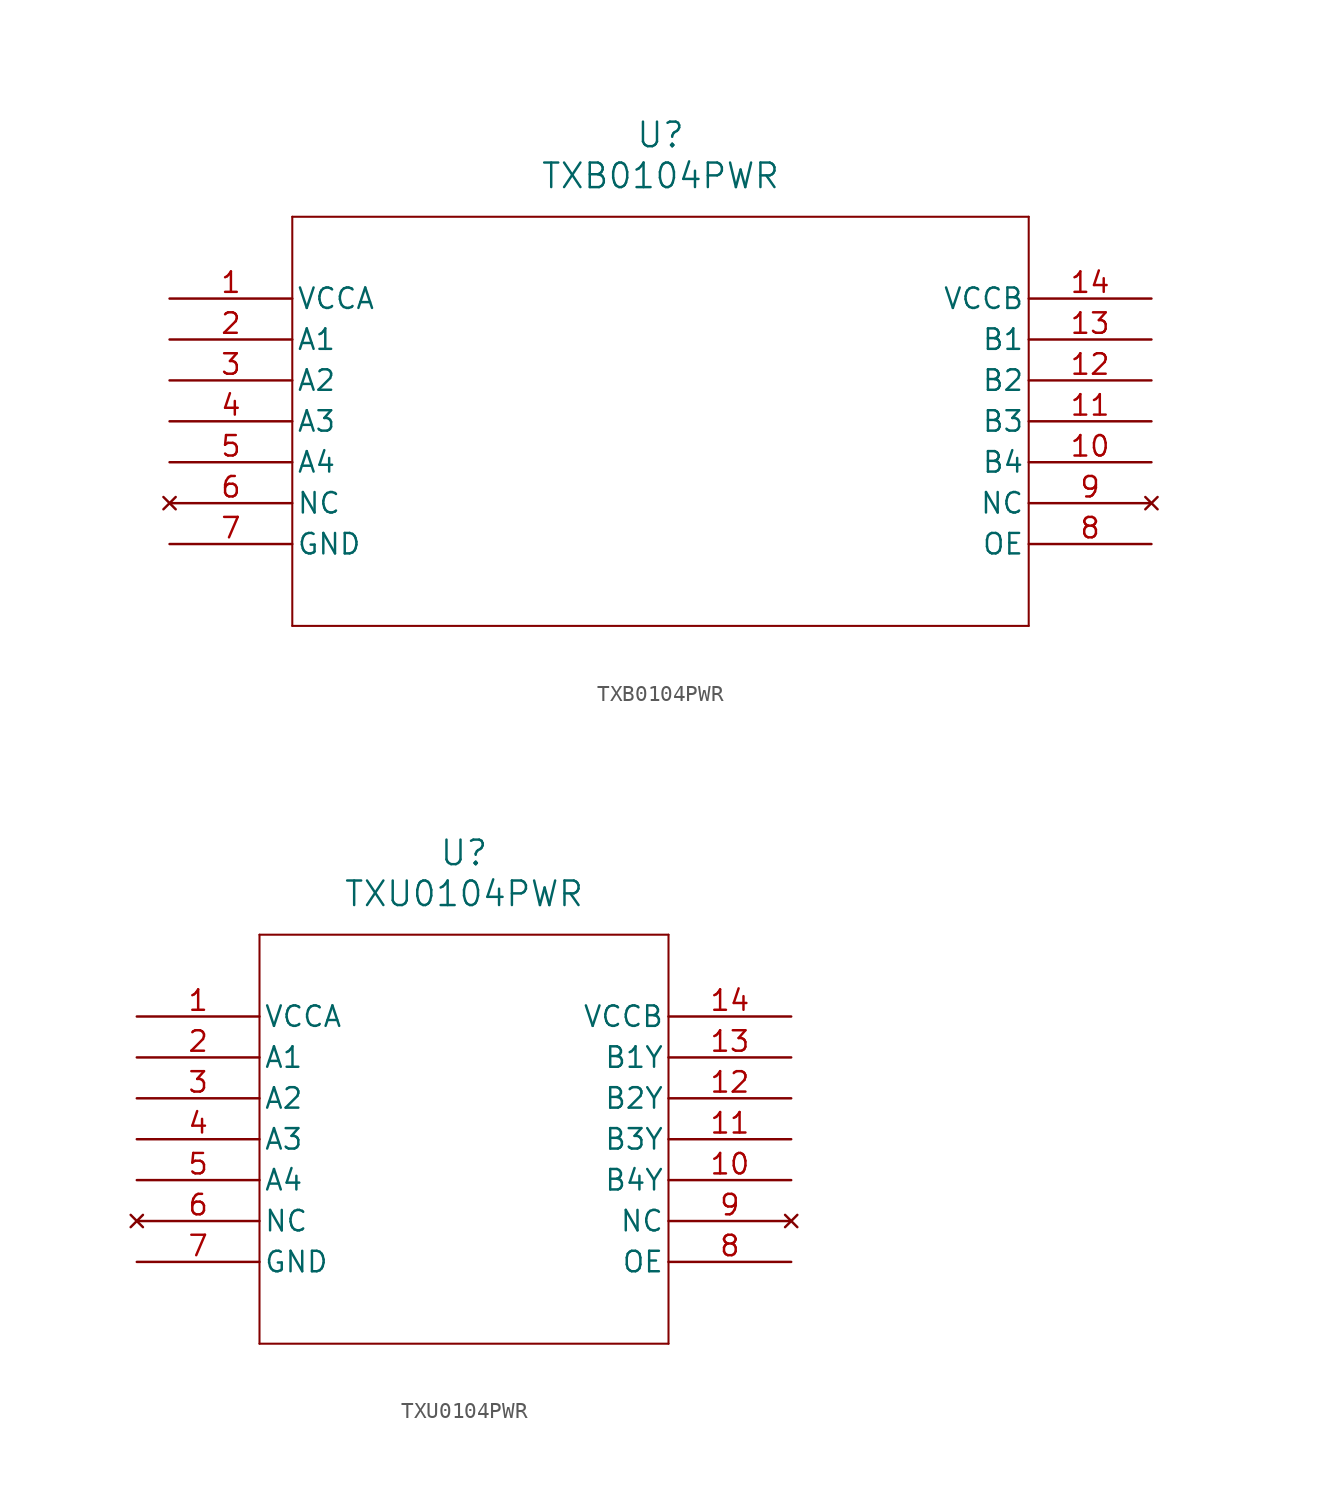
<source format=kicad_sym>
(kicad_symbol_lib
  (version 20241209)
  (generator "kicad_symbol_editor")
  (generator_version "9.0")
  (symbol "TXB0104PWR"
    (pin_names
      (offset 0.254))
    (property "Reference" "U"
      (at 30.48 10.16 0)
      (effects (font (size 1.524 1.524))))
    (property "Value" "TXB0104PWR"
      (at 30.48 7.62 0)
      (effects (font (size 1.524 1.524))))
    (symbol "TXB0104PWR_0_1"
      (polyline (pts (xy 7.62 5.08) (xy 7.62 -20.32)) (stroke (width 0.127) (type default)) (fill (type none)))
      (polyline (pts (xy 7.62 -20.32) (xy 53.34 -20.32)) (stroke (width 0.127) (type default)) (fill (type none)))
      (polyline (pts (xy 53.34 5.08) (xy 7.62 5.08)) (stroke (width 0.127) (type default)) (fill (type none)))
      (polyline (pts (xy 53.34 -20.32) (xy 53.34 5.08)) (stroke (width 0.127) (type default)) (fill (type none)))
      (pin power_in line (at 0 0 0) (length 7.62) (name "VCCA" (effects (font (size 1.27 1.27)))) (number "1" (effects (font (size 1.27 1.27)))))
      (pin bidirectional line (at 0 -2.54 0) (length 7.62) (name "A1" (effects (font (size 1.27 1.27)))) (number "2" (effects (font (size 1.27 1.27)))))
      (pin bidirectional line (at 0 -5.08 0) (length 7.62) (name "A2" (effects (font (size 1.27 1.27)))) (number "3" (effects (font (size 1.27 1.27)))))
      (pin bidirectional line (at 0 -7.62 0) (length 7.62) (name "A3" (effects (font (size 1.27 1.27)))) (number "4" (effects (font (size 1.27 1.27)))))
      (pin bidirectional line (at 0 -10.16 0) (length 7.62) (name "A4" (effects (font (size 1.27 1.27)))) (number "5" (effects (font (size 1.27 1.27)))))
      (pin power_in line (at 0 -15.24 0) (length 7.62) (name "GND" (effects (font (size 1.27 1.27)))) (number "7" (effects (font (size 1.27 1.27)))))
      (pin power_in line (at 60.96 0 180) (length 7.62) (name "VCCB" (effects (font (size 1.27 1.27)))) (number "14" (effects (font (size 1.27 1.27)))))
      (pin bidirectional line (at 60.96 -2.54 180) (length 7.62) (name "B1" (effects (font (size 1.27 1.27)))) (number "13" (effects (font (size 1.27 1.27)))))
      (pin bidirectional line (at 60.96 -5.08 180) (length 7.62) (name "B2" (effects (font (size 1.27 1.27)))) (number "12" (effects (font (size 1.27 1.27)))))
      (pin bidirectional line (at 60.96 -7.62 180) (length 7.62) (name "B3" (effects (font (size 1.27 1.27)))) (number "11" (effects (font (size 1.27 1.27)))))
      (pin bidirectional line (at 60.96 -10.16 180) (length 7.62) (name "B4" (effects (font (size 1.27 1.27)))) (number "10" (effects (font (size 1.27 1.27))))))
    (symbol "TXB0104PWR_1_1"
      (pin no_connect line (at 0 -12.7 0) (length 7.62) (name "NC" (effects (font (size 1.27 1.27)))) (number "6" (effects (font (size 1.27 1.27)))))
      (pin no_connect line (at 60.96 -12.7 180) (length 7.62) (name "NC" (effects (font (size 1.27 1.27)))) (number "9" (effects (font (size 1.27 1.27)))))
      (pin input line (at 60.96 -15.24 180) (length 7.62) (name "OE" (effects (font (size 1.27 1.27)))) (number "8" (effects (font (size 1.27 1.27)))))))
  (symbol "TXU0104PWR"
    (pin_names
      (offset 0.254))
    (property "Reference" "U"
      (at 20.32 10.16 0)
      (effects (font (size 1.524 1.524))))
    (property "Value" "TXU0104PWR"
      (at 20.32 7.62 0)
      (effects (font (size 1.524 1.524))))
    (symbol "TXU0104PWR_0_1"
      (polyline (pts (xy 7.62 5.08) (xy 7.62 -20.32)) (stroke (width 0.127) (type default)) (fill (type none)))
      (polyline (pts (xy 7.62 -20.32) (xy 33.02 -20.32)) (stroke (width 0.127) (type default)) (fill (type none)))
      (polyline (pts (xy 33.02 5.08) (xy 7.62 5.08)) (stroke (width 0.127) (type default)) (fill (type none)))
      (polyline (pts (xy 33.02 -20.32) (xy 33.02 5.08)) (stroke (width 0.127) (type default)) (fill (type none)))
      (pin power_in line (at 0 0 0) (length 7.62) (name "VCCA" (effects (font (size 1.27 1.27)))) (number "1" (effects (font (size 1.27 1.27)))))
      (pin bidirectional line (at 0 -2.54 0) (length 7.62) (name "A1" (effects (font (size 1.27 1.27)))) (number "2" (effects (font (size 1.27 1.27)))))
      (pin bidirectional line (at 0 -5.08 0) (length 7.62) (name "A2" (effects (font (size 1.27 1.27)))) (number "3" (effects (font (size 1.27 1.27)))))
      (pin bidirectional line (at 0 -7.62 0) (length 7.62) (name "A3" (effects (font (size 1.27 1.27)))) (number "4" (effects (font (size 1.27 1.27)))))
      (pin bidirectional line (at 0 -10.16 0) (length 7.62) (name "A4" (effects (font (size 1.27 1.27)))) (number "5" (effects (font (size 1.27 1.27)))))
      (pin no_connect line (at 0 -12.7 0) (length 7.62) (name "NC" (effects (font (size 1.27 1.27)))) (number "6" (effects (font (size 1.27 1.27)))))
      (pin power_in line (at 40.64 0 180) (length 7.62) (name "VCCB" (effects (font (size 1.27 1.27)))) (number "14" (effects (font (size 1.27 1.27)))))
      (pin bidirectional line (at 40.64 -2.54 180) (length 7.62) (name "B1Y" (effects (font (size 1.27 1.27)))) (number "13" (effects (font (size 1.27 1.27)))))
      (pin bidirectional line (at 40.64 -5.08 180) (length 7.62) (name "B2Y" (effects (font (size 1.27 1.27)))) (number "12" (effects (font (size 1.27 1.27)))))
      (pin bidirectional line (at 40.64 -7.62 180) (length 7.62) (name "B3Y" (effects (font (size 1.27 1.27)))) (number "11" (effects (font (size 1.27 1.27)))))
      (pin bidirectional line (at 40.64 -10.16 180) (length 7.62) (name "B4Y" (effects (font (size 1.27 1.27)))) (number "10" (effects (font (size 1.27 1.27)))))
      (pin no_connect line (at 40.64 -12.7 180) (length 7.62) (name "NC" (effects (font (size 1.27 1.27)))) (number "9" (effects (font (size 1.27 1.27))))))
    (symbol "TXU0104PWR_1_1"
      (pin power_in line (at 0 -15.24 0) (length 7.62) (name "GND" (effects (font (size 1.27 1.27)))) (number "7" (effects (font (size 1.27 1.27)))))
      (pin input line (at 40.64 -15.24 180) (length 7.62) (name "OE" (effects (font (size 1.27 1.27)))) (number "8" (effects (font (size 1.27 1.27))))))))
</source>
